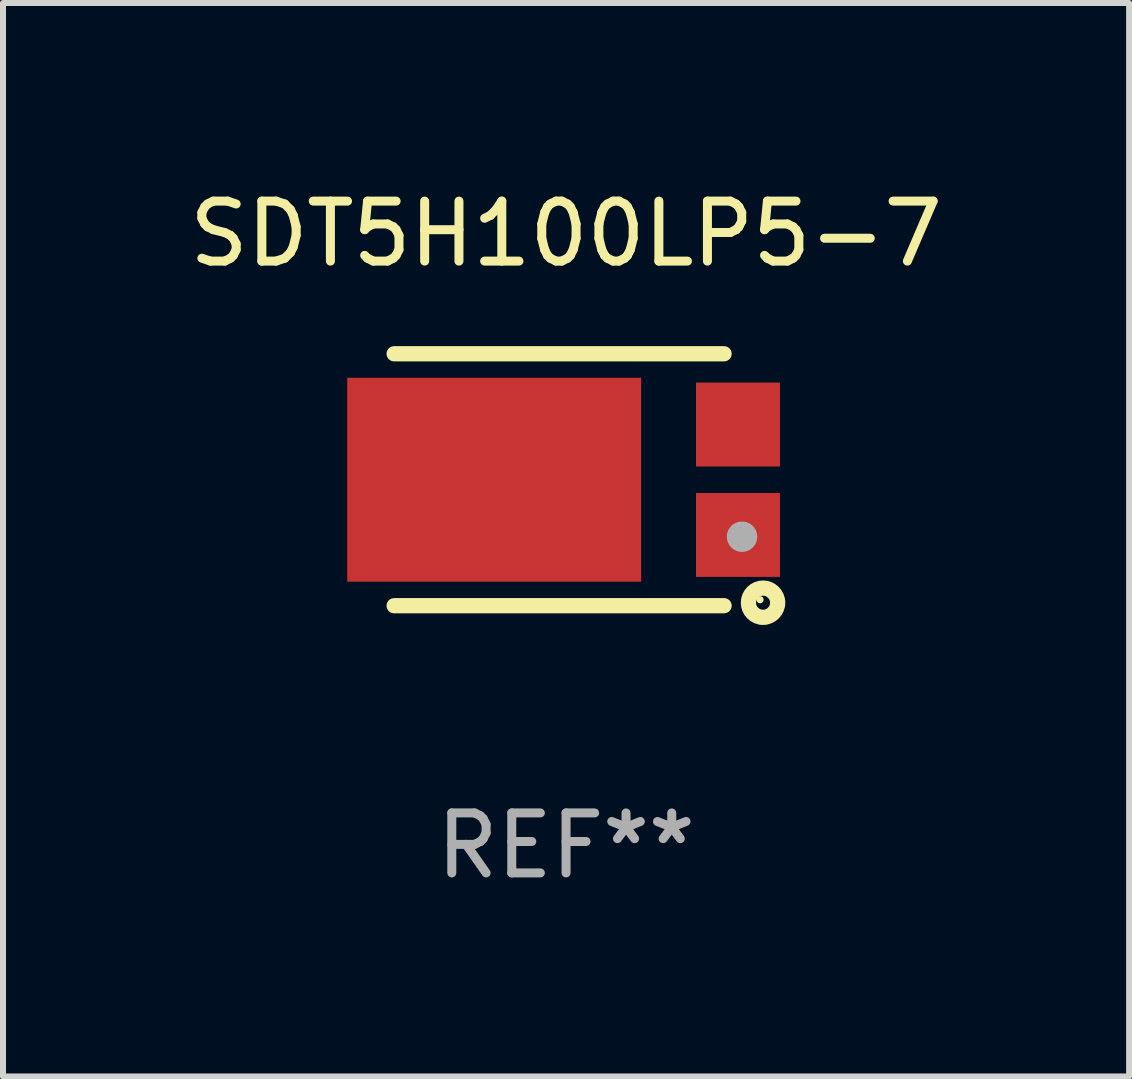
<source format=kicad_pcb>
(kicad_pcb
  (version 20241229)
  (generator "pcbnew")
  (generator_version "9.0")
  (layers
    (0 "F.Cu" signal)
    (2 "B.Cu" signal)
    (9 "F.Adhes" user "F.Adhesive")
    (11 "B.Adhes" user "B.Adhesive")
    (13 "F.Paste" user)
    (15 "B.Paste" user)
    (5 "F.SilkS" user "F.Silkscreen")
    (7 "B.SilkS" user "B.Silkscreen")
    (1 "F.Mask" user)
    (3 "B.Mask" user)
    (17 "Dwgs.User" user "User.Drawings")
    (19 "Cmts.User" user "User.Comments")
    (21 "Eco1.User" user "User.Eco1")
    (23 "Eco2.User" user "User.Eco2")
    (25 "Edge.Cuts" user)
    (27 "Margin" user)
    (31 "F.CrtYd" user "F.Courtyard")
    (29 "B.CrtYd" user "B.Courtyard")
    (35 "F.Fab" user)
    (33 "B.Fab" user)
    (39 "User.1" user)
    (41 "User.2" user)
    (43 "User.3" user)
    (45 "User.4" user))
  (footprint "SDT5H100LP5-7"
    (layer "F.Cu")
    (at 6.387 4.948)
    (property "Reference" "SDT5H100LP5-7" (at 0 -4.1 0) (layer "F.SilkS") (effects (font (size 1 1) (thickness 0.15))))
    (attr through_hole)
    (fp_line (start -2.866 2.1) (end 2.634 2.1) (stroke (width 0.254) (type solid)) (layer "F.SilkS"))
    (fp_line (start 2.634 -2.1) (end -2.866 -2.1) (stroke (width 0.254) (type solid)) (layer "F.SilkS"))
    (fp_circle (center 3.234 2) (end 3.264 2) (stroke (width 0.06) (type solid)) (fill no) (layer "F.SilkS"))
    (fp_circle (center 3.284 2.05) (end 3.401 2.05) (stroke (width 0.254) (type solid)) (fill no) (layer "F.SilkS"))
    (fp_circle (center 2.934 0.95) (end 3.061 0.95) (stroke (width 0.254) (type solid)) (fill no) (layer "F.Fab"))
    (fp_text user "REF**" (at 0 6.1 0) (layer "F.Fab") (effects (font (size 1 1) (thickness 0.15))))
    (pad "1" smd rect (at 2.866 0.92 90) (size 1.4 1.4) (layers "F.Cu" "F.Mask" "F.Paste"))
    (pad "2" smd rect (at 2.866 -0.92 90) (size 1.4 1.4) (layers "F.Cu" "F.Mask" "F.Paste"))
    (pad "3" smd rect (at -1.198 0 90) (size 3.4 4.9) (layers "F.Cu" "F.Mask" "F.Paste")))
  (gr_rect
    (start -3 -3)
    (end 15.774 14.896)
    (stroke (width 0.1) (type default))
    (fill no)
    (layer "Edge.Cuts")))
</source>
